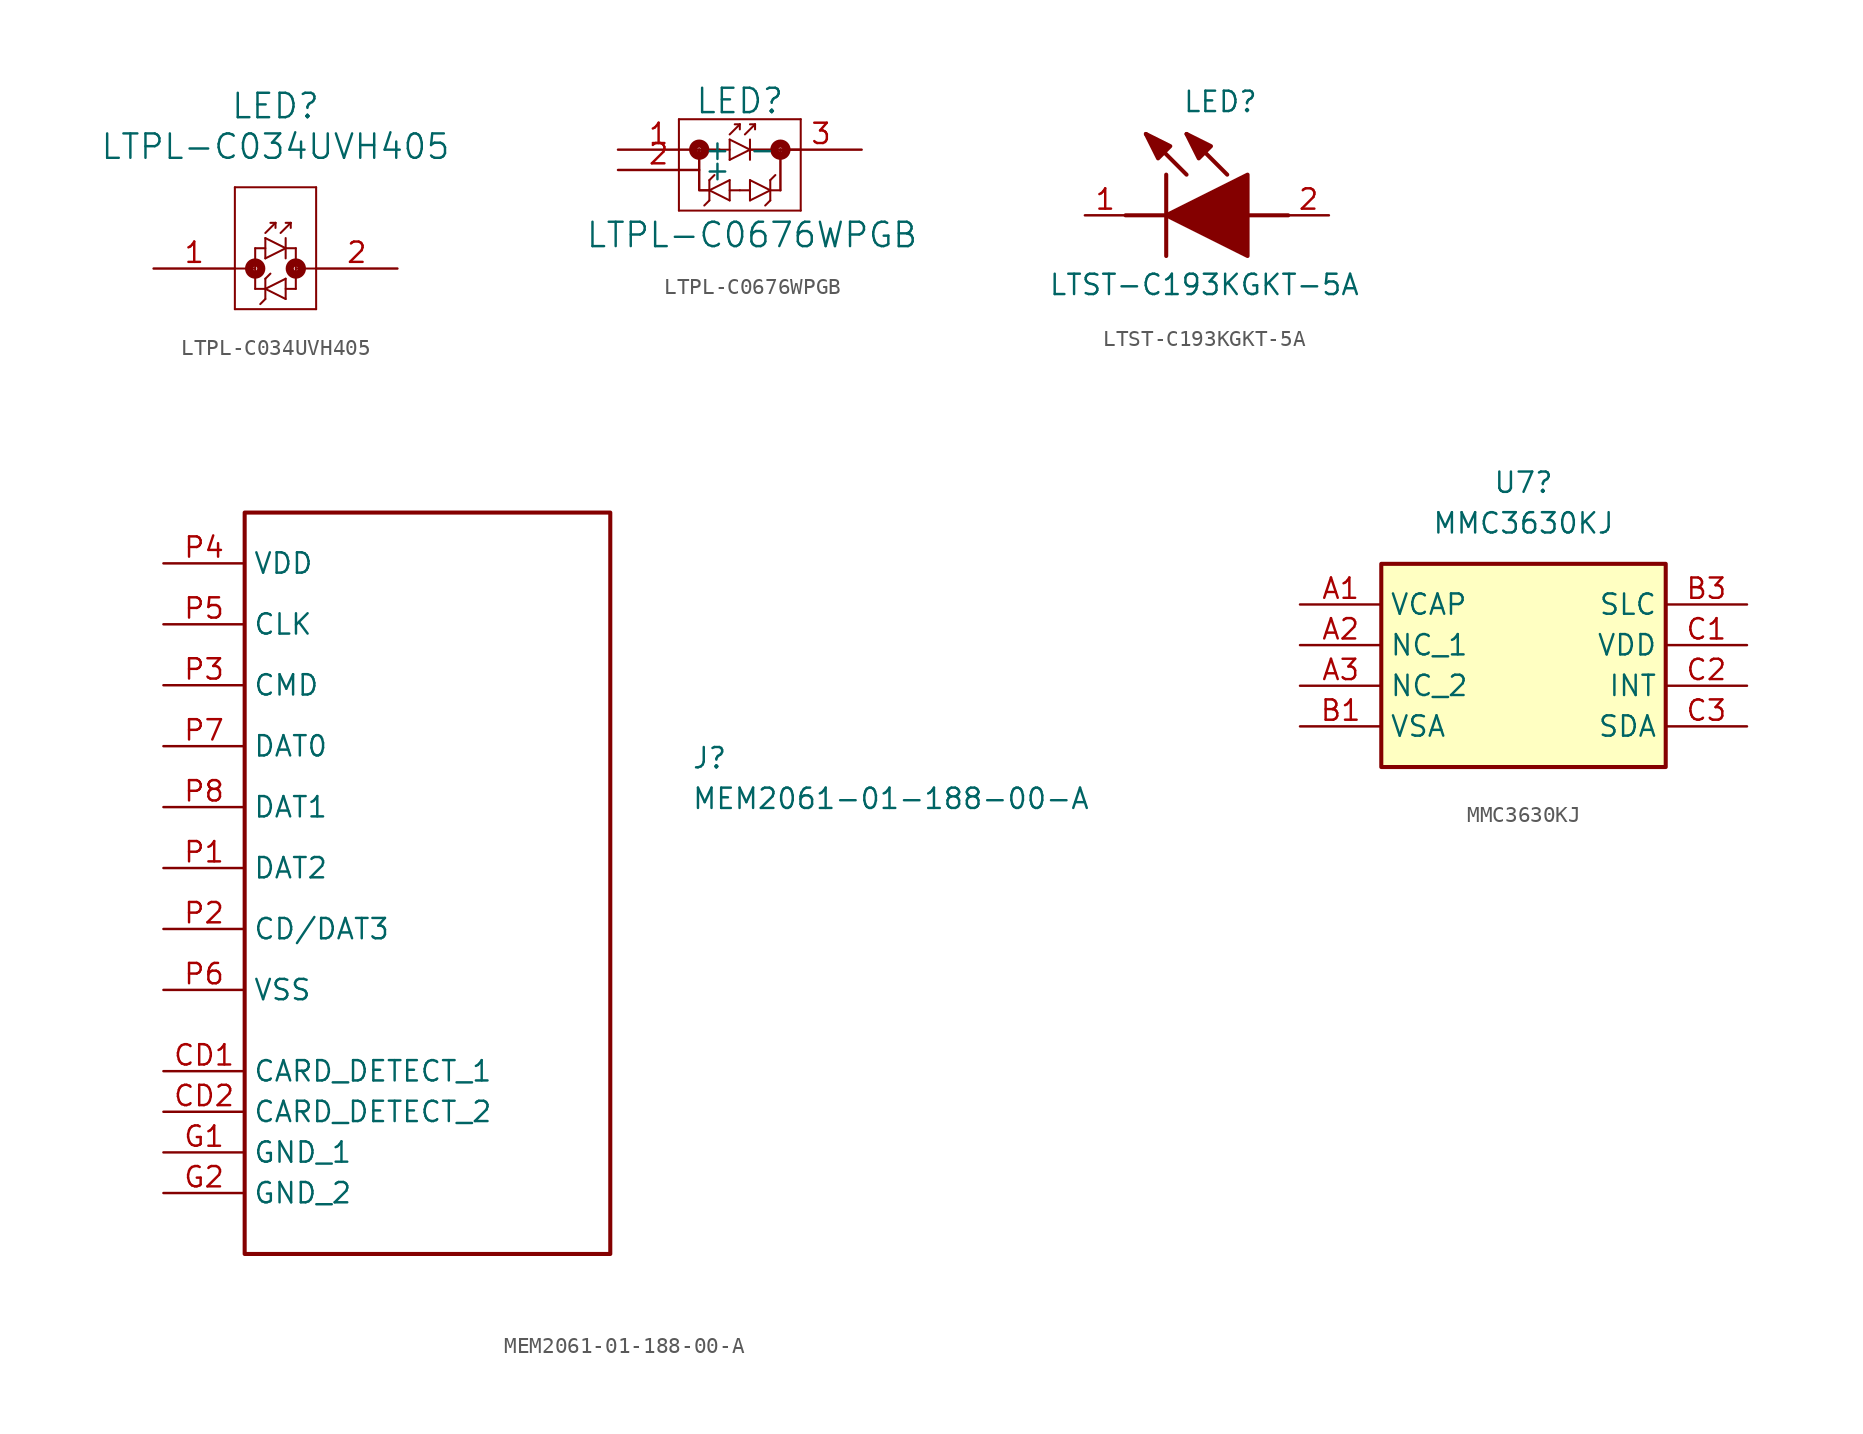
<source format=kicad_sym>
(kicad_symbol_lib
  (version 20241209)
  (generator "kicad_symbol_editor")
  (generator_version "9.0")
  (symbol "LTPL-C034UVH405"
    (pin_names
      (offset 0.254)
      (hide yes))
    (property "Reference" "LED"
      (at 10.16 10.16 0)
      (effects (font (size 1.524 1.524))))
    (property "Value" "LTPL-C034UVH405"
      (at 10.16 7.62 0)
      (effects (font (size 1.524 1.524))))
    (symbol "LTPL-C034UVH405_0_1"
      (polyline (pts (xy 7.62 5.08) (xy 7.62 -2.54)) (stroke (width 0.127) (type default)) (fill (type none)))
      (polyline (pts (xy 7.62 0) (xy 8.89 0)) (stroke (width 0.127) (type default)) (fill (type none)))
      (polyline (pts (xy 7.62 -2.54) (xy 12.7 -2.54)) (stroke (width 0.127) (type default)) (fill (type none)))
      (polyline (pts (xy 8.89 1.27) (xy 8.89 -1.27)) (stroke (width 0.127) (type default)) (fill (type none)))
      (polyline (pts (xy 8.89 1.27) (xy 9.525 1.27)) (stroke (width 0.127) (type default)) (fill (type none)))
      (circle (center 8.89 0) (radius 0.127) (stroke (width 0.508) (type default)) (fill (type none)))
      (polyline (pts (xy 8.89 -1.27) (xy 9.525 -1.27)) (stroke (width 0.127) (type default)) (fill (type none)))
      (polyline (pts (xy 9.525 2.223) (xy 10.16 2.857)) (stroke (width 0.127) (type default)) (fill (type none)))
      (polyline (pts (xy 9.525 1.905) (xy 9.525 0.635)) (stroke (width 0.127) (type default)) (fill (type none)))
      (polyline (pts (xy 9.525 0.635) (xy 10.795 1.27)) (stroke (width 0.127) (type default)) (fill (type none)))
      (polyline (pts (xy 9.525 -0.635) (xy 9.525 -1.905)) (stroke (width 0.127) (type default)) (fill (type none)))
      (polyline (pts (xy 9.525 -0.635) (xy 9.842 -0.318)) (stroke (width 0.127) (type default)) (fill (type none)))
      (polyline (pts (xy 9.525 -1.27) (xy 10.795 -1.905)) (stroke (width 0.127) (type default)) (fill (type none)))
      (polyline (pts (xy 9.525 -1.905) (xy 9.207 -2.223)) (stroke (width 0.127) (type default)) (fill (type none)))
      (polyline (pts (xy 10.16 2.857) (xy 9.842 2.857)) (stroke (width 0.127) (type default)) (fill (type none)))
      (polyline (pts (xy 10.16 2.857) (xy 10.16 2.54)) (stroke (width 0.127) (type default)) (fill (type none)))
      (polyline (pts (xy 10.477 2.223) (xy 11.113 2.857)) (stroke (width 0.127) (type default)) (fill (type none)))
      (polyline (pts (xy 10.795 1.905) (xy 10.795 0.635)) (stroke (width 0.127) (type default)) (fill (type none)))
      (polyline (pts (xy 10.795 1.27) (xy 9.525 1.905)) (stroke (width 0.127) (type default)) (fill (type none)))
      (polyline (pts (xy 10.795 1.27) (xy 11.43 1.27)) (stroke (width 0.127) (type default)) (fill (type none)))
      (polyline (pts (xy 10.795 -0.635) (xy 9.525 -1.27)) (stroke (width 0.127) (type default)) (fill (type none)))
      (polyline (pts (xy 10.795 -1.905) (xy 10.795 -0.635)) (stroke (width 0.127) (type default)) (fill (type none)))
      (polyline (pts (xy 11.113 2.857) (xy 10.795 2.857)) (stroke (width 0.127) (type default)) (fill (type none)))
      (polyline (pts (xy 11.113 2.857) (xy 11.113 2.54)) (stroke (width 0.127) (type default)) (fill (type none)))
      (polyline (pts (xy 11.43 1.27) (xy 11.43 -1.27)) (stroke (width 0.127) (type default)) (fill (type none)))
      (polyline (pts (xy 11.43 0) (xy 12.7 0)) (stroke (width 0.127) (type default)) (fill (type none)))
      (circle (center 11.43 0) (radius 0.127) (stroke (width 0.508) (type default)) (fill (type none)))
      (polyline (pts (xy 11.43 -1.27) (xy 10.795 -1.27)) (stroke (width 0.127) (type default)) (fill (type none)))
      (polyline (pts (xy 12.7 5.08) (xy 7.62 5.08)) (stroke (width 0.127) (type default)) (fill (type none)))
      (polyline (pts (xy 12.7 -2.54) (xy 12.7 5.08)) (stroke (width 0.127) (type default)) (fill (type none))))
    (symbol "LTPL-C034UVH405_1_1"
      (pin passive line (at 2.54 0 0) (length 5.08) (name "1" (effects (font (size 1.27 1.27)))) (number "1" (effects (font (size 1.27 1.27)))))
      (pin passive line (at 17.78 0 180) (length 5.08) (name "2" (effects (font (size 1.27 1.27)))) (number "2" (effects (font (size 1.27 1.27)))))))
  (symbol "LTPL-C0676WPGB"
    (pin_names
      (offset 0.254))
    (property "Reference" "LED"
      (at 0 3.048 0)
      (effects (font (size 1.524 1.524))))
    (property "Value" "LTPL-C0676WPGB"
      (at 0.762 -5.334 0)
      (effects (font (size 1.524 1.524))))
    (symbol "LTPL-C0676WPGB_0_1"
      (polyline (pts (xy -3.81 1.905) (xy -3.81 -3.81)) (stroke (width 0.127) (type default)) (fill (type none)))
      (polyline (pts (xy -3.81 -3.81) (xy 3.81 -3.81)) (stroke (width 0.127) (type default)) (fill (type none)))
      (circle (center -2.54 0) (radius 0.127) (stroke (width 0.508) (type default)) (fill (type none)))
      (polyline (pts (xy -1.905 -1.905) (xy -1.905 -3.175)) (stroke (width 0.127) (type default)) (fill (type none)))
      (polyline (pts (xy -1.905 -1.905) (xy -1.587 -1.587)) (stroke (width 0.127) (type default)) (fill (type none)))
      (polyline (pts (xy -1.905 -2.54) (xy -0.635 -3.175)) (stroke (width 0.127) (type default)) (fill (type none)))
      (polyline (pts (xy -1.905 -2.54) (xy -2.54 -2.54) (xy -2.54 0)) (stroke (width 0) (type default)) (fill (type none)))
      (polyline (pts (xy -1.905 -3.175) (xy -2.223 -3.493)) (stroke (width 0.127) (type default)) (fill (type none)))
      (polyline (pts (xy -1.27 0) (xy -2.54 0)) (stroke (width 0) (type default)) (fill (type none)))
      (polyline (pts (xy -1.27 0) (xy -0.635 0)) (stroke (width 0.127) (type default)) (fill (type none)))
      (polyline (pts (xy -0.635 0.953) (xy 0 1.587)) (stroke (width 0.127) (type default)) (fill (type none)))
      (polyline (pts (xy -0.635 0.635) (xy -0.635 -0.635)) (stroke (width 0.127) (type default)) (fill (type none)))
      (polyline (pts (xy -0.635 -0.635) (xy 0.635 0)) (stroke (width 0.127) (type default)) (fill (type none)))
      (polyline (pts (xy -0.635 -1.905) (xy -1.905 -2.54)) (stroke (width 0.127) (type default)) (fill (type none)))
      (polyline (pts (xy -0.635 -1.905) (xy -0.635 -3.175)) (stroke (width 0.127) (type default)) (fill (type none)))
      (polyline (pts (xy 0 1.587) (xy -0.318 1.587)) (stroke (width 0.127) (type default)) (fill (type none)))
      (polyline (pts (xy 0 1.587) (xy 0 1.27)) (stroke (width 0.127) (type default)) (fill (type none)))
      (polyline (pts (xy 0 -2.54) (xy -0.635 -2.54)) (stroke (width 0.127) (type default)) (fill (type none)))
      (polyline (pts (xy 0 -2.54) (xy 0.635 -2.54)) (stroke (width 0.127) (type default)) (fill (type none)))
      (polyline (pts (xy 0.318 0.953) (xy 0.953 1.587)) (stroke (width 0.127) (type default)) (fill (type none)))
      (polyline (pts (xy 0.635 0.635) (xy 0.635 -0.635)) (stroke (width 0.127) (type default)) (fill (type none)))
      (polyline (pts (xy 0.635 0) (xy -0.635 0.635)) (stroke (width 0.127) (type default)) (fill (type none)))
      (polyline (pts (xy 0.635 0) (xy 2.54 0)) (stroke (width 0) (type default)) (fill (type none)))
      (polyline (pts (xy 0.635 -1.905) (xy 0.635 -3.175)) (stroke (width 0.127) (type default)) (fill (type none)))
      (polyline (pts (xy 0.635 -3.175) (xy 1.905 -2.54)) (stroke (width 0.127) (type default)) (fill (type none)))
      (polyline (pts (xy 0.953 1.587) (xy 0.635 1.587)) (stroke (width 0.127) (type default)) (fill (type none)))
      (polyline (pts (xy 0.953 1.587) (xy 0.953 1.27)) (stroke (width 0.127) (type default)) (fill (type none)))
      (polyline (pts (xy 1.905 -1.905) (xy 2.223 -1.587)) (stroke (width 0.127) (type default)) (fill (type none)))
      (polyline (pts (xy 1.905 -2.54) (xy 0.635 -1.905)) (stroke (width 0.127) (type default)) (fill (type none)))
      (polyline (pts (xy 1.905 -3.175) (xy 1.587 -3.493)) (stroke (width 0.127) (type default)) (fill (type none)))
      (polyline (pts (xy 1.905 -3.175) (xy 1.905 -1.905)) (stroke (width 0.127) (type default)) (fill (type none)))
      (polyline (pts (xy 2.54 0) (xy 3.81 0)) (stroke (width 0.127) (type default)) (fill (type none)))
      (circle (center 2.54 0) (radius 0.127) (stroke (width 0.508) (type default)) (fill (type none)))
      (polyline (pts (xy 2.54 -2.54) (xy 1.905 -2.54)) (stroke (width 0.127) (type default)) (fill (type none)))
      (polyline (pts (xy 2.54 -2.54) (xy 2.54 0)) (stroke (width 0) (type default)) (fill (type none)))
      (polyline (pts (xy 3.81 1.905) (xy -3.81 1.905)) (stroke (width 0.127) (type default)) (fill (type none)))
      (polyline (pts (xy 3.81 -3.81) (xy 3.81 1.905)) (stroke (width 0.127) (type default)) (fill (type none))))
    (symbol "LTPL-C0676WPGB_1_1"
      (pin passive line (at -7.62 0 0) (length 5.08) (name "+" (effects (font (size 1.27 1.27)))) (number "1" (effects (font (size 1.27 1.27)))))
      (pin passive line (at -7.62 -1.27 0) (length 5.08) (name "+" (effects (font (size 1.27 1.27)))) (number "2" (effects (font (size 1.27 1.27)))))
      (pin passive line (at 7.62 0 180) (length 5.08) (name "-" (effects (font (size 1.27 1.27)))) (number "3" (effects (font (size 1.27 1.27)))))))
  (symbol "LTST-C193KGKT-5A"
    (pin_names
      (hide yes))
    (property "Reference" "LED"
      (at -1.524 6.35 0)
      (effects (font (size 1.27 1.27)) (justify left bottom)))
    (property "Value" "LTST-C193KGKT-5A"
      (at -9.906 -5.08 0)
      (effects (font (size 1.27 1.27)) (justify left bottom)))
    (symbol "LTST-C193KGKT-5A_1_1"
      (polyline (pts (xy -5.08 0) (xy -2.54 0)) (stroke (width 0.254) (type default)) (fill (type none)))
      (polyline (pts (xy -2.54 2.54) (xy -2.54 -2.54)) (stroke (width 0.254) (type default)) (fill (type none)))
      (polyline (pts (xy -2.54 0) (xy 2.54 2.54) (xy 2.54 -2.54) (xy -2.54 0)) (stroke (width 0.254) (type default)) (fill (type outline)))
      (polyline (pts (xy -2.286 4.318) (xy -3.048 3.556) (xy -3.81 5.08) (xy -2.286 4.318)) (stroke (width 0.254) (type default)) (fill (type outline)))
      (polyline (pts (xy -1.27 2.54) (xy -3.81 5.08)) (stroke (width 0.254) (type default)) (fill (type none)))
      (polyline (pts (xy 0.254 4.318) (xy -0.508 3.556) (xy -1.27 5.08) (xy 0.254 4.318)) (stroke (width 0.254) (type default)) (fill (type outline)))
      (polyline (pts (xy 1.27 2.54) (xy -1.27 5.08)) (stroke (width 0.254) (type default)) (fill (type none)))
      (polyline (pts (xy 2.54 0) (xy 5.08 0)) (stroke (width 0.254) (type default)) (fill (type none)))
      (pin passive line (at -7.62 0 0) (length 2.54) (name "K" (effects (font (size 1.27 1.27)))) (number "1" (effects (font (size 1.27 1.27)))))
      (pin passive line (at 7.62 0 180) (length 2.54) (name "A" (effects (font (size 1.27 1.27)))) (number "2" (effects (font (size 1.27 1.27)))))))
  (symbol "MEM2061-01-188-00-A"
    (property "Reference" "J"
      (at 39.37 7.62 0)
      (effects (font (size 1.27 1.27)) (justify left top)))
    (property "Value" "MEM2061-01-188-00-A"
      (at 39.37 5.08 0)
      (effects (font (size 1.27 1.27)) (justify left top)))
    (symbol "MEM2061-01-188-00-A_1_1"
      (rectangle (start 11.43 22.225) (end 34.29 -24.13) (stroke (width 0.254) (type default)) (fill (type none)))
      (pin passive line (at 6.35 19.05 0) (length 5.08) (name "VDD" (effects (font (size 1.27 1.27)))) (number "P4" (effects (font (size 1.27 1.27)))))
      (pin passive line (at 6.35 15.24 0) (length 5.08) (name "CLK" (effects (font (size 1.27 1.27)))) (number "P5" (effects (font (size 1.27 1.27)))))
      (pin passive line (at 6.35 11.43 0) (length 5.08) (name "CMD" (effects (font (size 1.27 1.27)))) (number "P3" (effects (font (size 1.27 1.27)))))
      (pin passive line (at 6.35 7.62 0) (length 5.08) (name "DAT0" (effects (font (size 1.27 1.27)))) (number "P7" (effects (font (size 1.27 1.27)))))
      (pin passive line (at 6.35 3.81 0) (length 5.08) (name "DAT1" (effects (font (size 1.27 1.27)))) (number "P8" (effects (font (size 1.27 1.27)))))
      (pin passive line (at 6.35 0 0) (length 5.08) (name "DAT2" (effects (font (size 1.27 1.27)))) (number "P1" (effects (font (size 1.27 1.27)))))
      (pin passive line (at 6.35 -3.81 0) (length 5.08) (name "CD/DAT3" (effects (font (size 1.27 1.27)))) (number "P2" (effects (font (size 1.27 1.27)))))
      (pin passive line (at 6.35 -7.62 0) (length 5.08) (name "VSS" (effects (font (size 1.27 1.27)))) (number "P6" (effects (font (size 1.27 1.27)))))
      (pin passive line (at 6.35 -12.7 0) (length 5.08) (name "CARD_DETECT_1" (effects (font (size 1.27 1.27)))) (number "CD1" (effects (font (size 1.27 1.27)))))
      (pin passive line (at 6.35 -15.24 0) (length 5.08) (name "CARD_DETECT_2" (effects (font (size 1.27 1.27)))) (number "CD2" (effects (font (size 1.27 1.27)))))
      (pin passive line (at 6.35 -17.78 0) (length 5.08) (name "GND_1" (effects (font (size 1.27 1.27)))) (number "G1" (effects (font (size 1.27 1.27)))))
      (pin passive line (at 6.35 -20.32 0) (length 5.08) (name "GND_2" (effects (font (size 1.27 1.27)))) (number "G2" (effects (font (size 1.27 1.27)))))))
  (symbol "MMC3630KJ"
    (property "Reference" "U7"
      (at 0 11.43 0)
      (effects (font (size 1.27 1.27))))
    (property "Value" "MMC3630KJ"
      (at 0 8.89 0)
      (effects (font (size 1.27 1.27))))
    (symbol "MMC3630KJ_1_1"
      (rectangle (start -8.89 6.35) (end 8.89 -6.35) (stroke (width 0.254) (type default)) (fill (type background)))
      (pin power_in line (at -13.97 3.81 0) (length 5.08) (name "VCAP" (effects (font (size 1.27 1.27)))) (number "A1" (effects (font (size 1.27 1.27)))))
      (pin passive line (at -13.97 1.27 0) (length 5.08) (name "NC_1" (effects (font (size 1.27 1.27)))) (number "A2" (effects (font (size 1.27 1.27)))))
      (pin passive line (at -13.97 -1.27 0) (length 5.08) (name "NC_2" (effects (font (size 1.27 1.27)))) (number "A3" (effects (font (size 1.27 1.27)))))
      (pin power_in line (at -13.97 -3.81 0) (length 5.08) (name "VSA" (effects (font (size 1.27 1.27)))) (number "B1" (effects (font (size 1.27 1.27)))))
      (pin input line (at 13.97 3.81 180) (length 5.08) (name "SLC" (effects (font (size 1.27 1.27)))) (number "B3" (effects (font (size 1.27 1.27)))))
      (pin power_in line (at 13.97 1.27 180) (length 5.08) (name "VDD" (effects (font (size 1.27 1.27)))) (number "C1" (effects (font (size 1.27 1.27)))))
      (pin output line (at 13.97 -1.27 180) (length 5.08) (name "INT" (effects (font (size 1.27 1.27)))) (number "C2" (effects (font (size 1.27 1.27)))))
      (pin bidirectional line (at 13.97 -3.81 180) (length 5.08) (name "SDA" (effects (font (size 1.27 1.27)))) (number "C3" (effects (font (size 1.27 1.27))))))))
</source>
